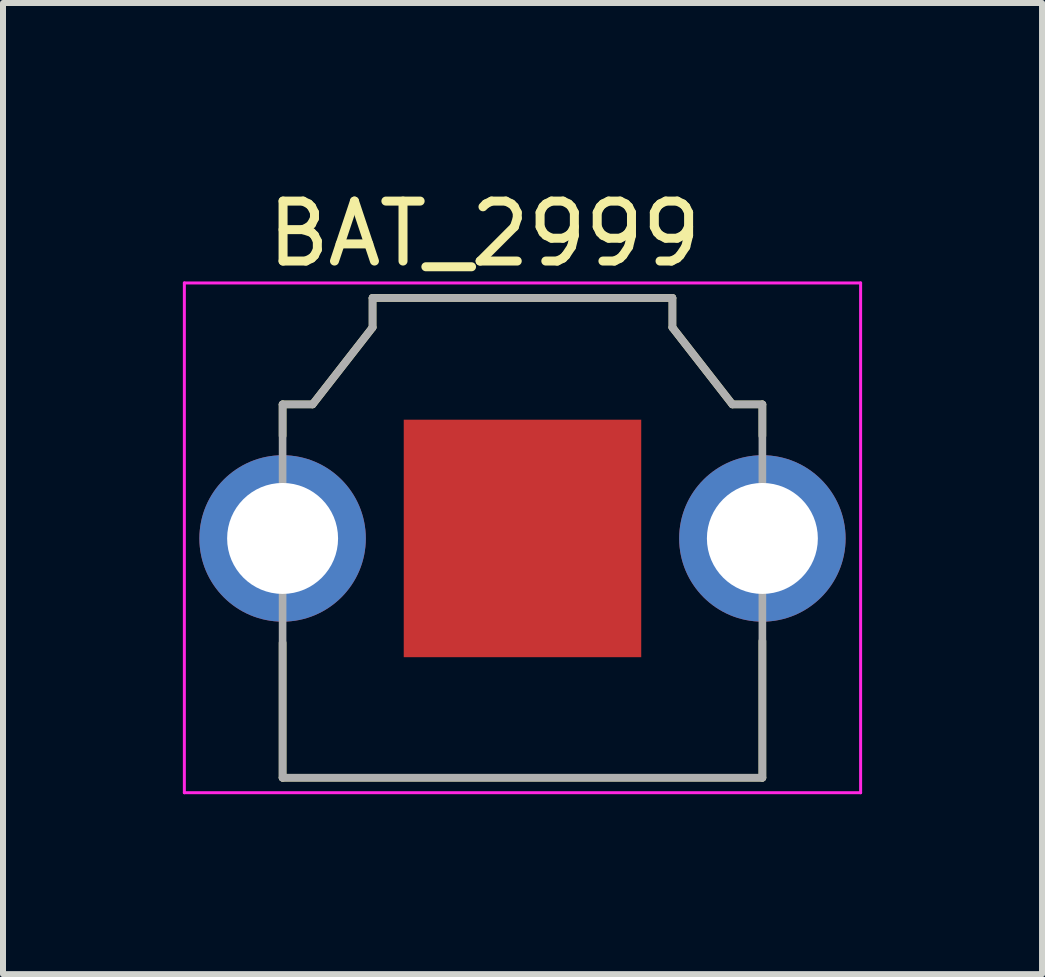
<source format=kicad_pcb>
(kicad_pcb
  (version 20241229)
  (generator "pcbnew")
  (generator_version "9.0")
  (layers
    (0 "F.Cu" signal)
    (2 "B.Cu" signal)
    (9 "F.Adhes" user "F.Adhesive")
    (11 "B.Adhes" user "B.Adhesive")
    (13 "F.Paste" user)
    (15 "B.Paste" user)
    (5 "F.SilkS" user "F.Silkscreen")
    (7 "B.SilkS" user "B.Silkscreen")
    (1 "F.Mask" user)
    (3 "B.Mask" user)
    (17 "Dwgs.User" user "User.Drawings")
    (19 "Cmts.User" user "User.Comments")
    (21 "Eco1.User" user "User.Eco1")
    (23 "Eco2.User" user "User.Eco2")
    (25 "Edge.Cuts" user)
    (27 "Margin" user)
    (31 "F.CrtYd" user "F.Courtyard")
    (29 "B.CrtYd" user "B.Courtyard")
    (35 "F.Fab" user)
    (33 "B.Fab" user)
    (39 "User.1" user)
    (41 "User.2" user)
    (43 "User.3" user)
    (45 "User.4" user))
  (footprint "BAT_2999"
    (layer "F.Cu")
    (at 5.662 5.928)
    (property "Reference" "BAT_2999" (at -0.635 -5.08 0) (layer "F.SilkS") (effects (font (size 1 1) (thickness 0.15))))
    (attr through_hole)
    (fp_line (start -4 -2.235) (end -4 -1.71) (stroke (width 0.127) (type solid)) (layer "F.SilkS"))
    (fp_line (start -4 1.74) (end -4 3.99) (stroke (width 0.127) (type solid)) (layer "F.SilkS"))
    (fp_line (start -4 3.99) (end 4 3.99) (stroke (width 0.127) (type solid)) (layer "F.SilkS"))
    (fp_line (start -3.5 -2.235) (end -4 -2.235) (stroke (width 0.127) (type solid)) (layer "F.SilkS"))
    (fp_line (start -2.5 -4.01) (end -2.5 -3.518) (stroke (width 0.127) (type solid)) (layer "F.SilkS"))
    (fp_line (start -2.5 -3.518) (end -3.5 -2.235) (stroke (width 0.127) (type solid)) (layer "F.SilkS"))
    (fp_line (start 2.5 -4.01) (end -2.5 -4.01) (stroke (width 0.127) (type solid)) (layer "F.SilkS"))
    (fp_line (start 2.5 -3.518) (end 2.5 -4.01) (stroke (width 0.127) (type solid)) (layer "F.SilkS"))
    (fp_line (start 3.5 -2.235) (end 2.5 -3.518) (stroke (width 0.127) (type solid)) (layer "F.SilkS"))
    (fp_line (start 4 -2.235) (end 3.5 -2.235) (stroke (width 0.127) (type solid)) (layer "F.SilkS"))
    (fp_line (start 4 -1.71) (end 4 -2.235) (stroke (width 0.127) (type solid)) (layer "F.SilkS"))
    (fp_line (start 4 3.99) (end 4 1.71) (stroke (width 0.127) (type solid)) (layer "F.SilkS"))
    (fp_line (start -5.638 -4.26) (end 5.638 -4.26) (stroke (width 0.05) (type solid)) (layer "F.CrtYd"))
    (fp_line (start -5.638 4.24) (end -5.638 -4.26) (stroke (width 0.05) (type solid)) (layer "F.CrtYd"))
    (fp_line (start 5.638 -4.26) (end 5.638 4.24) (stroke (width 0.05) (type solid)) (layer "F.CrtYd"))
    (fp_line (start 5.638 4.24) (end -5.638 4.24) (stroke (width 0.05) (type solid)) (layer "F.CrtYd"))
    (fp_line (start -4 -2.235) (end -4 3.99) (stroke (width 0.127) (type solid)) (layer "F.Fab"))
    (fp_line (start -4 3.99) (end 4 3.99) (stroke (width 0.127) (type solid)) (layer "F.Fab"))
    (fp_line (start -3.5 -2.235) (end -4 -2.235) (stroke (width 0.127) (type solid)) (layer "F.Fab"))
    (fp_line (start -2.5 -4.01) (end -2.5 -3.518) (stroke (width 0.127) (type solid)) (layer "F.Fab"))
    (fp_line (start -2.5 -3.518) (end -3.5 -2.235) (stroke (width 0.127) (type solid)) (layer "F.Fab"))
    (fp_line (start 2.5 -4.01) (end -2.5 -4.01) (stroke (width 0.127) (type solid)) (layer "F.Fab"))
    (fp_line (start 2.5 -3.518) (end 2.5 -4.01) (stroke (width 0.127) (type solid)) (layer "F.Fab"))
    (fp_line (start 3.5 -2.235) (end 2.5 -3.518) (stroke (width 0.127) (type solid)) (layer "F.Fab"))
    (fp_line (start 4 -2.235) (end 3.5 -2.235) (stroke (width 0.127) (type solid)) (layer "F.Fab"))
    (fp_line (start 4 3.99) (end 4 -2.235) (stroke (width 0.127) (type solid)) (layer "F.Fab"))
    (pad "N" smd rect (at 0 0) (size 3.96 3.96) (layers "F.Cu" "F.Mask"))
    (pad "P1" thru_hole circle (at -4 0) (size 2.775 2.775) (drill 1.85) (layers "*.Cu" "*.Mask"))
    (pad "P2" thru_hole circle (at 4 0) (size 2.775 2.775) (drill 1.85) (layers "*.Cu" "*.Mask")))
  (gr_rect
    (start -3 -3)
    (end 14.325 13.193)
    (stroke (width 0.1) (type default))
    (fill no)
    (layer "Edge.Cuts")))
</source>
